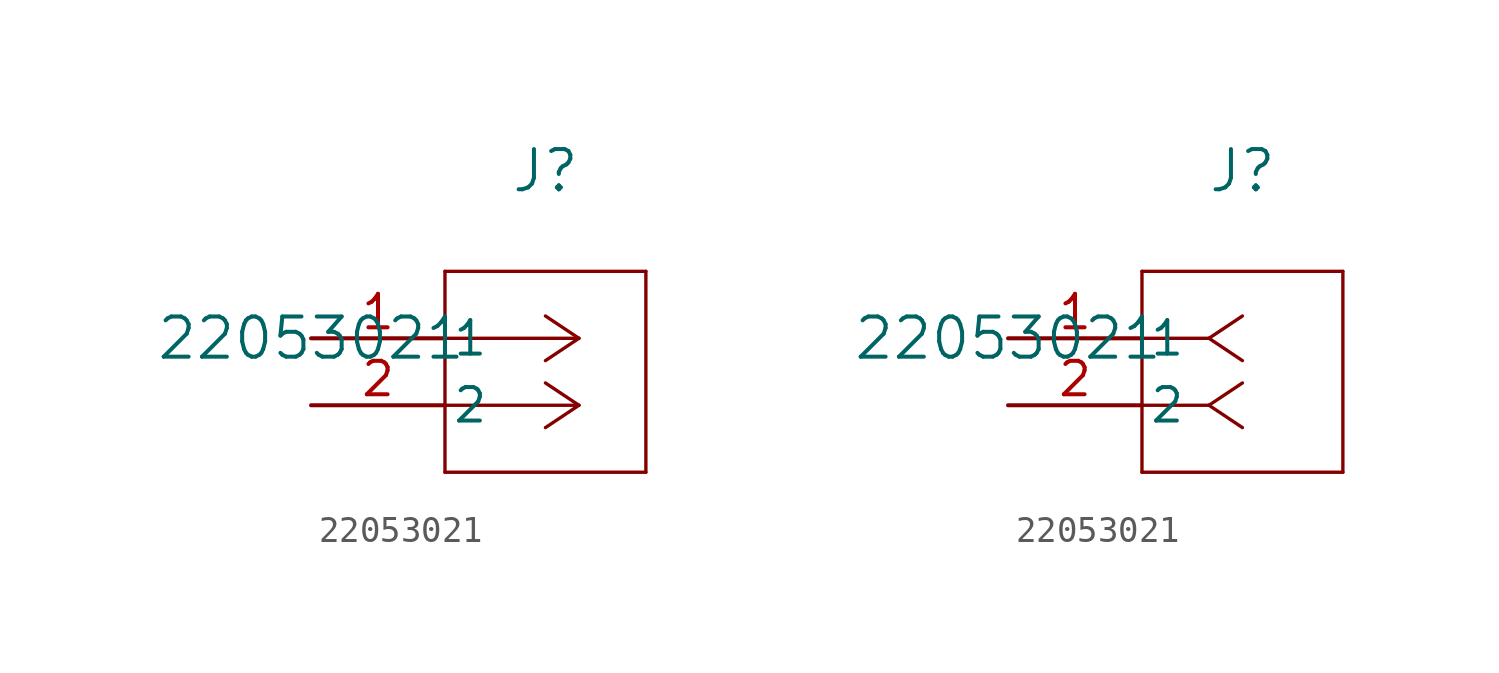
<source format=kicad_sym>
(kicad_symbol_lib
  (version 20241209)
  (generator "kicad_symbol_editor")
  (generator_version "9.0")
  (symbol "22053021"
    (pin_names
      (offset 0.254))
    (property "Reference" "J"
      (at 8.89 6.35 0)
      (effects (font (size 1.524 1.524))))
    (property "Value" "22053021"
      (at 0 0 0)
      (effects (font (size 1.524 1.524))))
    (property "ki_locked" ""
      (at 0 0 0)
      (effects (font (size 1.27 1.27))))
    (symbol "22053021_1_1"
      (polyline (pts (xy 5.08 2.54) (xy 5.08 -5.08)) (stroke (width 0.127) (type default)) (fill (type none)))
      (polyline (pts (xy 5.08 -5.08) (xy 12.7 -5.08)) (stroke (width 0.127) (type default)) (fill (type none)))
      (polyline (pts (xy 10.16 0) (xy 5.08 0)) (stroke (width 0.127) (type default)) (fill (type none)))
      (polyline (pts (xy 10.16 0) (xy 8.89 0.847)) (stroke (width 0.127) (type default)) (fill (type none)))
      (polyline (pts (xy 10.16 0) (xy 8.89 -0.847)) (stroke (width 0.127) (type default)) (fill (type none)))
      (polyline (pts (xy 10.16 -2.54) (xy 5.08 -2.54)) (stroke (width 0.127) (type default)) (fill (type none)))
      (polyline (pts (xy 10.16 -2.54) (xy 8.89 -1.693)) (stroke (width 0.127) (type default)) (fill (type none)))
      (polyline (pts (xy 10.16 -2.54) (xy 8.89 -3.387)) (stroke (width 0.127) (type default)) (fill (type none)))
      (polyline (pts (xy 12.7 2.54) (xy 5.08 2.54)) (stroke (width 0.127) (type default)) (fill (type none)))
      (polyline (pts (xy 12.7 -5.08) (xy 12.7 2.54)) (stroke (width 0.127) (type default)) (fill (type none)))
      (pin unspecified line (at 0 0 0) (length 5.08) (name "1" (effects (font (size 1.27 1.27)))) (number "1" (effects (font (size 1.27 1.27)))))
      (pin unspecified line (at 0 -2.54 0) (length 5.08) (name "2" (effects (font (size 1.27 1.27)))) (number "2" (effects (font (size 1.27 1.27))))))
    (symbol "22053021_1_2"
      (polyline (pts (xy 5.08 2.54) (xy 5.08 -5.08)) (stroke (width 0.127) (type default)) (fill (type none)))
      (polyline (pts (xy 5.08 -5.08) (xy 12.7 -5.08)) (stroke (width 0.127) (type default)) (fill (type none)))
      (polyline (pts (xy 7.62 0) (xy 5.08 0)) (stroke (width 0.127) (type default)) (fill (type none)))
      (polyline (pts (xy 7.62 0) (xy 8.89 0.847)) (stroke (width 0.127) (type default)) (fill (type none)))
      (polyline (pts (xy 7.62 0) (xy 8.89 -0.847)) (stroke (width 0.127) (type default)) (fill (type none)))
      (polyline (pts (xy 7.62 -2.54) (xy 5.08 -2.54)) (stroke (width 0.127) (type default)) (fill (type none)))
      (polyline (pts (xy 7.62 -2.54) (xy 8.89 -1.693)) (stroke (width 0.127) (type default)) (fill (type none)))
      (polyline (pts (xy 7.62 -2.54) (xy 8.89 -3.387)) (stroke (width 0.127) (type default)) (fill (type none)))
      (polyline (pts (xy 12.7 2.54) (xy 5.08 2.54)) (stroke (width 0.127) (type default)) (fill (type none)))
      (polyline (pts (xy 12.7 -5.08) (xy 12.7 2.54)) (stroke (width 0.127) (type default)) (fill (type none)))
      (pin unspecified line (at 0 0 0) (length 5.08) (name "1" (effects (font (size 1.27 1.27)))) (number "1" (effects (font (size 1.27 1.27)))))
      (pin unspecified line (at 0 -2.54 0) (length 5.08) (name "2" (effects (font (size 1.27 1.27)))) (number "2" (effects (font (size 1.27 1.27))))))))
</source>
